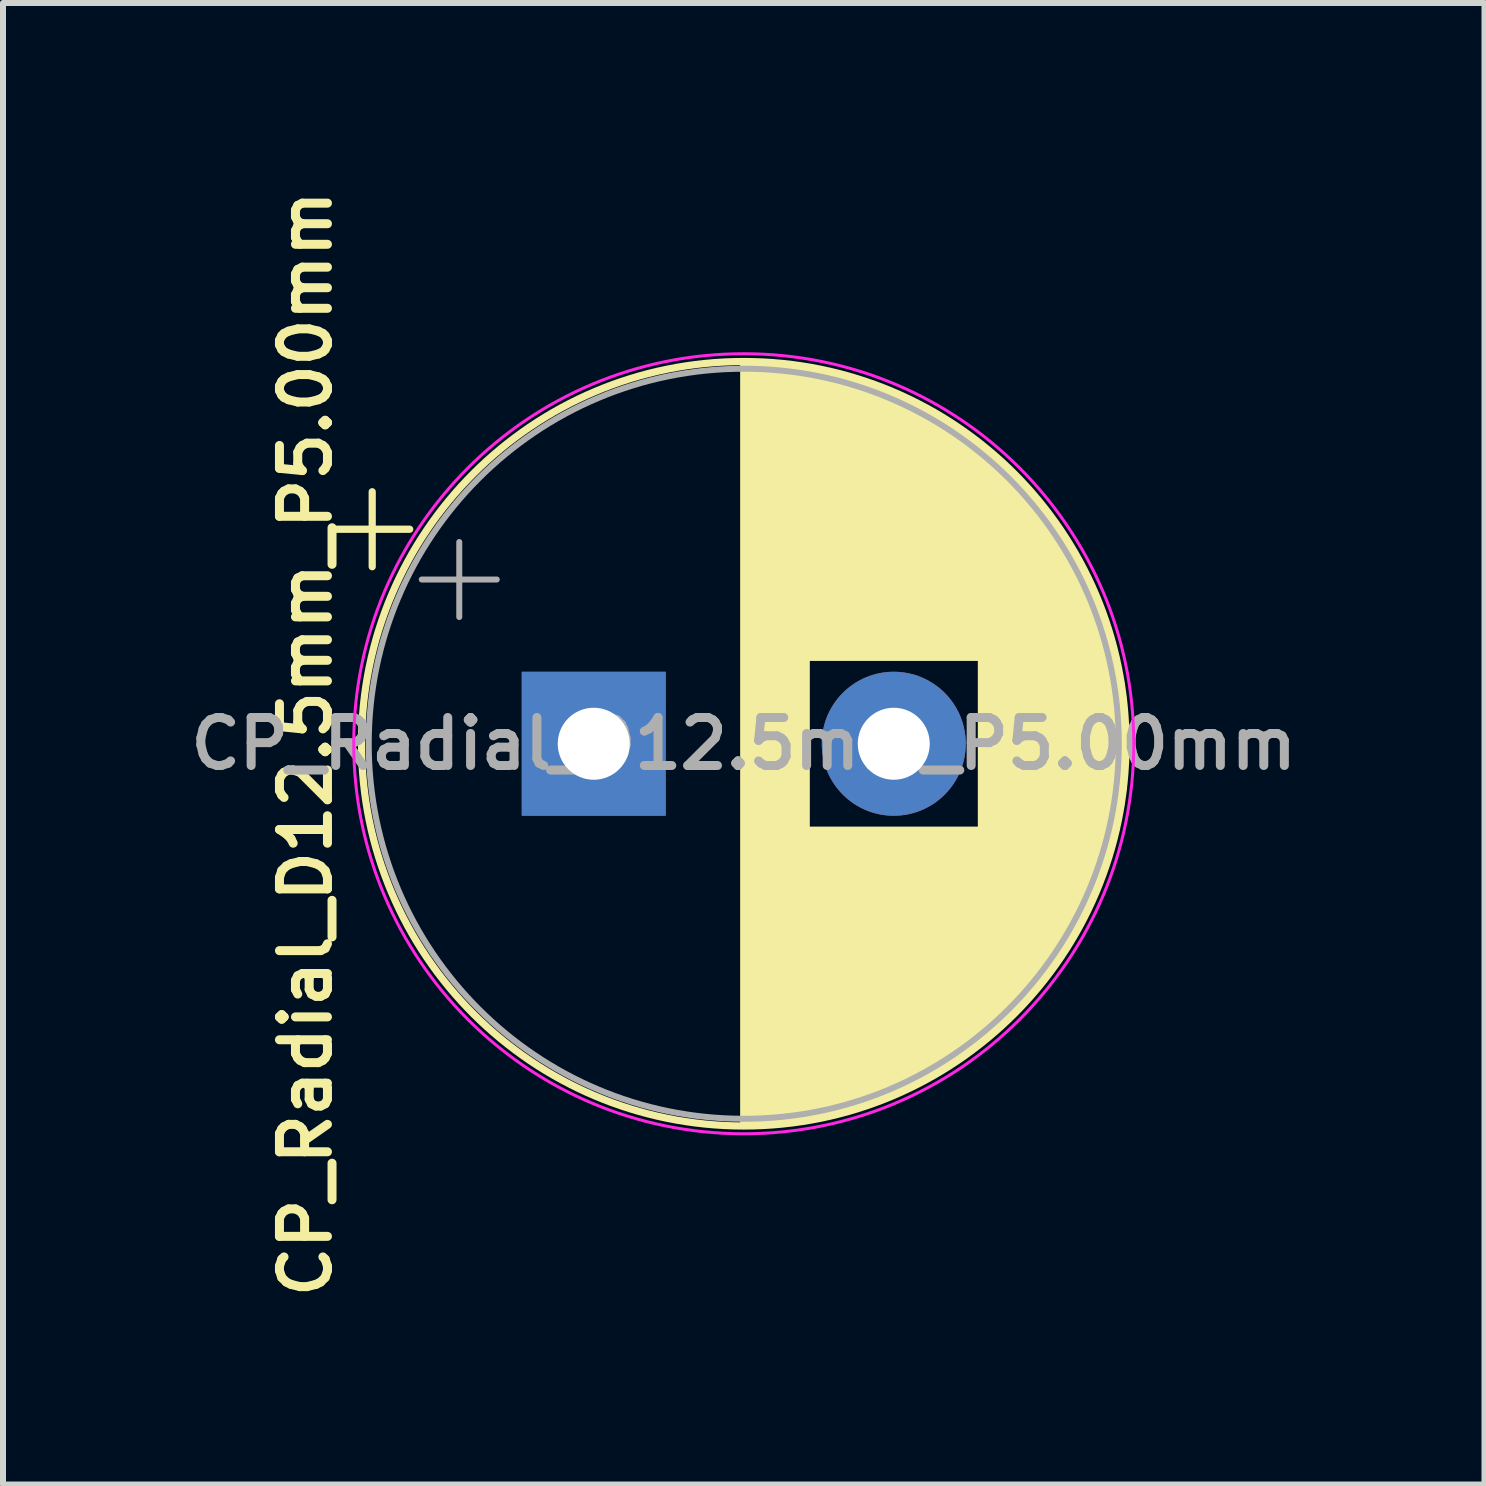
<source format=kicad_pcb>
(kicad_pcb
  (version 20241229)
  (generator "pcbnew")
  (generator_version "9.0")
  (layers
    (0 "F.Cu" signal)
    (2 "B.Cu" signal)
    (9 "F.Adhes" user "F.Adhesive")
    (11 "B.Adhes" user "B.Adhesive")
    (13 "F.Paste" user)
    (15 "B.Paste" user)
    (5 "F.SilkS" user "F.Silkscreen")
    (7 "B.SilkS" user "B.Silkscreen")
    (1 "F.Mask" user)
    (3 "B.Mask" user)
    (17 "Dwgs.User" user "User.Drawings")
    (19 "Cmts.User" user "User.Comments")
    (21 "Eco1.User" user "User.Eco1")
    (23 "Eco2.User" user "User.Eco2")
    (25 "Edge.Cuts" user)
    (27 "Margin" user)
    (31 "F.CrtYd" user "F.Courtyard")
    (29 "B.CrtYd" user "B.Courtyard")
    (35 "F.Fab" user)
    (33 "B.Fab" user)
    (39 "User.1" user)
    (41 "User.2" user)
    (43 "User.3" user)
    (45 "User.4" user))
  (footprint "CP_Radial_D12.5mm_P5.00mm"
    (layer "F.Cu")
    (at 6.845 9.345)
    (property "Reference" "CP_Radial_D12.5mm_P5.00mm" (at -4.8 0 90) (layer "F.SilkS") (effects (font (size 0.8 0.8) (thickness 0.15))))
    (attr through_hole)
    (fp_line (start -4.317 -3.575) (end -3.067 -3.575) (stroke (width 0.12) (type solid)) (layer "F.SilkS"))
    (fp_line (start -3.692 -4.2) (end -3.692 -2.95) (stroke (width 0.12) (type solid)) (layer "F.SilkS"))
    (fp_line (start 2.5 -6.33) (end 2.5 6.33) (stroke (width 0.12) (type solid)) (layer "F.SilkS"))
    (fp_line (start 2.54 -6.33) (end 2.54 6.33) (stroke (width 0.12) (type solid)) (layer "F.SilkS"))
    (fp_line (start 2.58 -6.33) (end 2.58 6.33) (stroke (width 0.12) (type solid)) (layer "F.SilkS"))
    (fp_line (start 2.62 -6.329) (end 2.62 6.329) (stroke (width 0.12) (type solid)) (layer "F.SilkS"))
    (fp_line (start 2.66 -6.328) (end 2.66 6.328) (stroke (width 0.12) (type solid)) (layer "F.SilkS"))
    (fp_line (start 2.7 -6.327) (end 2.7 6.327) (stroke (width 0.12) (type solid)) (layer "F.SilkS"))
    (fp_line (start 2.74 -6.326) (end 2.74 6.326) (stroke (width 0.12) (type solid)) (layer "F.SilkS"))
    (fp_line (start 2.78 -6.324) (end 2.78 6.324) (stroke (width 0.12) (type solid)) (layer "F.SilkS"))
    (fp_line (start 2.82 -6.322) (end 2.82 6.322) (stroke (width 0.12) (type solid)) (layer "F.SilkS"))
    (fp_line (start 2.86 -6.32) (end 2.86 6.32) (stroke (width 0.12) (type solid)) (layer "F.SilkS"))
    (fp_line (start 2.9 -6.318) (end 2.9 6.318) (stroke (width 0.12) (type solid)) (layer "F.SilkS"))
    (fp_line (start 2.94 -6.315) (end 2.94 6.315) (stroke (width 0.12) (type solid)) (layer "F.SilkS"))
    (fp_line (start 2.98 -6.312) (end 2.98 6.312) (stroke (width 0.12) (type solid)) (layer "F.SilkS"))
    (fp_line (start 3.02 -6.309) (end 3.02 6.309) (stroke (width 0.12) (type solid)) (layer "F.SilkS"))
    (fp_line (start 3.06 -6.306) (end 3.06 6.306) (stroke (width 0.12) (type solid)) (layer "F.SilkS"))
    (fp_line (start 3.1 -6.302) (end 3.1 6.302) (stroke (width 0.12) (type solid)) (layer "F.SilkS"))
    (fp_line (start 3.14 -6.298) (end 3.14 6.298) (stroke (width 0.12) (type solid)) (layer "F.SilkS"))
    (fp_line (start 3.18 -6.294) (end 3.18 6.294) (stroke (width 0.12) (type solid)) (layer "F.SilkS"))
    (fp_line (start 3.221 -6.29) (end 3.221 6.29) (stroke (width 0.12) (type solid)) (layer "F.SilkS"))
    (fp_line (start 3.261 -6.285) (end 3.261 6.285) (stroke (width 0.12) (type solid)) (layer "F.SilkS"))
    (fp_line (start 3.301 -6.28) (end 3.301 6.28) (stroke (width 0.12) (type solid)) (layer "F.SilkS"))
    (fp_line (start 3.341 -6.275) (end 3.341 6.275) (stroke (width 0.12) (type solid)) (layer "F.SilkS"))
    (fp_line (start 3.381 -6.269) (end 3.381 6.269) (stroke (width 0.12) (type solid)) (layer "F.SilkS"))
    (fp_line (start 3.421 -6.264) (end 3.421 6.264) (stroke (width 0.12) (type solid)) (layer "F.SilkS"))
    (fp_line (start 3.461 -6.258) (end 3.461 6.258) (stroke (width 0.12) (type solid)) (layer "F.SilkS"))
    (fp_line (start 3.501 -6.252) (end 3.501 6.252) (stroke (width 0.12) (type solid)) (layer "F.SilkS"))
    (fp_line (start 3.541 -6.245) (end 3.541 6.245) (stroke (width 0.12) (type solid)) (layer "F.SilkS"))
    (fp_line (start 3.581 -6.238) (end 3.581 -1.44) (stroke (width 0.12) (type solid)) (layer "F.SilkS"))
    (fp_line (start 3.581 1.44) (end 3.581 6.238) (stroke (width 0.12) (type solid)) (layer "F.SilkS"))
    (fp_line (start 3.621 -6.231) (end 3.621 -1.44) (stroke (width 0.12) (type solid)) (layer "F.SilkS"))
    (fp_line (start 3.621 1.44) (end 3.621 6.231) (stroke (width 0.12) (type solid)) (layer "F.SilkS"))
    (fp_line (start 3.661 -6.224) (end 3.661 -1.44) (stroke (width 0.12) (type solid)) (layer "F.SilkS"))
    (fp_line (start 3.661 1.44) (end 3.661 6.224) (stroke (width 0.12) (type solid)) (layer "F.SilkS"))
    (fp_line (start 3.701 -6.216) (end 3.701 -1.44) (stroke (width 0.12) (type solid)) (layer "F.SilkS"))
    (fp_line (start 3.701 1.44) (end 3.701 6.216) (stroke (width 0.12) (type solid)) (layer "F.SilkS"))
    (fp_line (start 3.741 -6.209) (end 3.741 -1.44) (stroke (width 0.12) (type solid)) (layer "F.SilkS"))
    (fp_line (start 3.741 1.44) (end 3.741 6.209) (stroke (width 0.12) (type solid)) (layer "F.SilkS"))
    (fp_line (start 3.781 -6.201) (end 3.781 -1.44) (stroke (width 0.12) (type solid)) (layer "F.SilkS"))
    (fp_line (start 3.781 1.44) (end 3.781 6.201) (stroke (width 0.12) (type solid)) (layer "F.SilkS"))
    (fp_line (start 3.821 -6.192) (end 3.821 -1.44) (stroke (width 0.12) (type solid)) (layer "F.SilkS"))
    (fp_line (start 3.821 1.44) (end 3.821 6.192) (stroke (width 0.12) (type solid)) (layer "F.SilkS"))
    (fp_line (start 3.861 -6.184) (end 3.861 -1.44) (stroke (width 0.12) (type solid)) (layer "F.SilkS"))
    (fp_line (start 3.861 1.44) (end 3.861 6.184) (stroke (width 0.12) (type solid)) (layer "F.SilkS"))
    (fp_line (start 3.901 -6.175) (end 3.901 -1.44) (stroke (width 0.12) (type solid)) (layer "F.SilkS"))
    (fp_line (start 3.901 1.44) (end 3.901 6.175) (stroke (width 0.12) (type solid)) (layer "F.SilkS"))
    (fp_line (start 3.941 -6.166) (end 3.941 -1.44) (stroke (width 0.12) (type solid)) (layer "F.SilkS"))
    (fp_line (start 3.941 1.44) (end 3.941 6.166) (stroke (width 0.12) (type solid)) (layer "F.SilkS"))
    (fp_line (start 3.981 -6.156) (end 3.981 -1.44) (stroke (width 0.12) (type solid)) (layer "F.SilkS"))
    (fp_line (start 3.981 1.44) (end 3.981 6.156) (stroke (width 0.12) (type solid)) (layer "F.SilkS"))
    (fp_line (start 4.021 -6.146) (end 4.021 -1.44) (stroke (width 0.12) (type solid)) (layer "F.SilkS"))
    (fp_line (start 4.021 1.44) (end 4.021 6.146) (stroke (width 0.12) (type solid)) (layer "F.SilkS"))
    (fp_line (start 4.061 -6.137) (end 4.061 -1.44) (stroke (width 0.12) (type solid)) (layer "F.SilkS"))
    (fp_line (start 4.061 1.44) (end 4.061 6.137) (stroke (width 0.12) (type solid)) (layer "F.SilkS"))
    (fp_line (start 4.101 -6.126) (end 4.101 -1.44) (stroke (width 0.12) (type solid)) (layer "F.SilkS"))
    (fp_line (start 4.101 1.44) (end 4.101 6.126) (stroke (width 0.12) (type solid)) (layer "F.SilkS"))
    (fp_line (start 4.141 -6.116) (end 4.141 -1.44) (stroke (width 0.12) (type solid)) (layer "F.SilkS"))
    (fp_line (start 4.141 1.44) (end 4.141 6.116) (stroke (width 0.12) (type solid)) (layer "F.SilkS"))
    (fp_line (start 4.181 -6.105) (end 4.181 -1.44) (stroke (width 0.12) (type solid)) (layer "F.SilkS"))
    (fp_line (start 4.181 1.44) (end 4.181 6.105) (stroke (width 0.12) (type solid)) (layer "F.SilkS"))
    (fp_line (start 4.221 -6.094) (end 4.221 -1.44) (stroke (width 0.12) (type solid)) (layer "F.SilkS"))
    (fp_line (start 4.221 1.44) (end 4.221 6.094) (stroke (width 0.12) (type solid)) (layer "F.SilkS"))
    (fp_line (start 4.261 -6.083) (end 4.261 -1.44) (stroke (width 0.12) (type solid)) (layer "F.SilkS"))
    (fp_line (start 4.261 1.44) (end 4.261 6.083) (stroke (width 0.12) (type solid)) (layer "F.SilkS"))
    (fp_line (start 4.301 -6.071) (end 4.301 -1.44) (stroke (width 0.12) (type solid)) (layer "F.SilkS"))
    (fp_line (start 4.301 1.44) (end 4.301 6.071) (stroke (width 0.12) (type solid)) (layer "F.SilkS"))
    (fp_line (start 4.341 -6.059) (end 4.341 -1.44) (stroke (width 0.12) (type solid)) (layer "F.SilkS"))
    (fp_line (start 4.341 1.44) (end 4.341 6.059) (stroke (width 0.12) (type solid)) (layer "F.SilkS"))
    (fp_line (start 4.381 -6.047) (end 4.381 -1.44) (stroke (width 0.12) (type solid)) (layer "F.SilkS"))
    (fp_line (start 4.381 1.44) (end 4.381 6.047) (stroke (width 0.12) (type solid)) (layer "F.SilkS"))
    (fp_line (start 4.421 -6.034) (end 4.421 -1.44) (stroke (width 0.12) (type solid)) (layer "F.SilkS"))
    (fp_line (start 4.421 1.44) (end 4.421 6.034) (stroke (width 0.12) (type solid)) (layer "F.SilkS"))
    (fp_line (start 4.461 -6.021) (end 4.461 -1.44) (stroke (width 0.12) (type solid)) (layer "F.SilkS"))
    (fp_line (start 4.461 1.44) (end 4.461 6.021) (stroke (width 0.12) (type solid)) (layer "F.SilkS"))
    (fp_line (start 4.501 -6.008) (end 4.501 -1.44) (stroke (width 0.12) (type solid)) (layer "F.SilkS"))
    (fp_line (start 4.501 1.44) (end 4.501 6.008) (stroke (width 0.12) (type solid)) (layer "F.SilkS"))
    (fp_line (start 4.541 -5.995) (end 4.541 -1.44) (stroke (width 0.12) (type solid)) (layer "F.SilkS"))
    (fp_line (start 4.541 1.44) (end 4.541 5.995) (stroke (width 0.12) (type solid)) (layer "F.SilkS"))
    (fp_line (start 4.581 -5.981) (end 4.581 -1.44) (stroke (width 0.12) (type solid)) (layer "F.SilkS"))
    (fp_line (start 4.581 1.44) (end 4.581 5.981) (stroke (width 0.12) (type solid)) (layer "F.SilkS"))
    (fp_line (start 4.621 -5.967) (end 4.621 -1.44) (stroke (width 0.12) (type solid)) (layer "F.SilkS"))
    (fp_line (start 4.621 1.44) (end 4.621 5.967) (stroke (width 0.12) (type solid)) (layer "F.SilkS"))
    (fp_line (start 4.661 -5.953) (end 4.661 -1.44) (stroke (width 0.12) (type solid)) (layer "F.SilkS"))
    (fp_line (start 4.661 1.44) (end 4.661 5.953) (stroke (width 0.12) (type solid)) (layer "F.SilkS"))
    (fp_line (start 4.701 -5.939) (end 4.701 -1.44) (stroke (width 0.12) (type solid)) (layer "F.SilkS"))
    (fp_line (start 4.701 1.44) (end 4.701 5.939) (stroke (width 0.12) (type solid)) (layer "F.SilkS"))
    (fp_line (start 4.741 -5.924) (end 4.741 -1.44) (stroke (width 0.12) (type solid)) (layer "F.SilkS"))
    (fp_line (start 4.741 1.44) (end 4.741 5.924) (stroke (width 0.12) (type solid)) (layer "F.SilkS"))
    (fp_line (start 4.781 -5.908) (end 4.781 -1.44) (stroke (width 0.12) (type solid)) (layer "F.SilkS"))
    (fp_line (start 4.781 1.44) (end 4.781 5.908) (stroke (width 0.12) (type solid)) (layer "F.SilkS"))
    (fp_line (start 4.821 -5.893) (end 4.821 -1.44) (stroke (width 0.12) (type solid)) (layer "F.SilkS"))
    (fp_line (start 4.821 1.44) (end 4.821 5.893) (stroke (width 0.12) (type solid)) (layer "F.SilkS"))
    (fp_line (start 4.861 -5.877) (end 4.861 -1.44) (stroke (width 0.12) (type solid)) (layer "F.SilkS"))
    (fp_line (start 4.861 1.44) (end 4.861 5.877) (stroke (width 0.12) (type solid)) (layer "F.SilkS"))
    (fp_line (start 4.901 -5.861) (end 4.901 -1.44) (stroke (width 0.12) (type solid)) (layer "F.SilkS"))
    (fp_line (start 4.901 1.44) (end 4.901 5.861) (stroke (width 0.12) (type solid)) (layer "F.SilkS"))
    (fp_line (start 4.941 -5.845) (end 4.941 -1.44) (stroke (width 0.12) (type solid)) (layer "F.SilkS"))
    (fp_line (start 4.941 1.44) (end 4.941 5.845) (stroke (width 0.12) (type solid)) (layer "F.SilkS"))
    (fp_line (start 4.981 -5.828) (end 4.981 -1.44) (stroke (width 0.12) (type solid)) (layer "F.SilkS"))
    (fp_line (start 4.981 1.44) (end 4.981 5.828) (stroke (width 0.12) (type solid)) (layer "F.SilkS"))
    (fp_line (start 5.021 -5.811) (end 5.021 -1.44) (stroke (width 0.12) (type solid)) (layer "F.SilkS"))
    (fp_line (start 5.021 1.44) (end 5.021 5.811) (stroke (width 0.12) (type solid)) (layer "F.SilkS"))
    (fp_line (start 5.061 -5.793) (end 5.061 -1.44) (stroke (width 0.12) (type solid)) (layer "F.SilkS"))
    (fp_line (start 5.061 1.44) (end 5.061 5.793) (stroke (width 0.12) (type solid)) (layer "F.SilkS"))
    (fp_line (start 5.101 -5.776) (end 5.101 -1.44) (stroke (width 0.12) (type solid)) (layer "F.SilkS"))
    (fp_line (start 5.101 1.44) (end 5.101 5.776) (stroke (width 0.12) (type solid)) (layer "F.SilkS"))
    (fp_line (start 5.141 -5.758) (end 5.141 -1.44) (stroke (width 0.12) (type solid)) (layer "F.SilkS"))
    (fp_line (start 5.141 1.44) (end 5.141 5.758) (stroke (width 0.12) (type solid)) (layer "F.SilkS"))
    (fp_line (start 5.181 -5.739) (end 5.181 -1.44) (stroke (width 0.12) (type solid)) (layer "F.SilkS"))
    (fp_line (start 5.181 1.44) (end 5.181 5.739) (stroke (width 0.12) (type solid)) (layer "F.SilkS"))
    (fp_line (start 5.221 -5.721) (end 5.221 -1.44) (stroke (width 0.12) (type solid)) (layer "F.SilkS"))
    (fp_line (start 5.221 1.44) (end 5.221 5.721) (stroke (width 0.12) (type solid)) (layer "F.SilkS"))
    (fp_line (start 5.261 -5.702) (end 5.261 -1.44) (stroke (width 0.12) (type solid)) (layer "F.SilkS"))
    (fp_line (start 5.261 1.44) (end 5.261 5.702) (stroke (width 0.12) (type solid)) (layer "F.SilkS"))
    (fp_line (start 5.301 -5.682) (end 5.301 -1.44) (stroke (width 0.12) (type solid)) (layer "F.SilkS"))
    (fp_line (start 5.301 1.44) (end 5.301 5.682) (stroke (width 0.12) (type solid)) (layer "F.SilkS"))
    (fp_line (start 5.341 -5.662) (end 5.341 -1.44) (stroke (width 0.12) (type solid)) (layer "F.SilkS"))
    (fp_line (start 5.341 1.44) (end 5.341 5.662) (stroke (width 0.12) (type solid)) (layer "F.SilkS"))
    (fp_line (start 5.381 -5.642) (end 5.381 -1.44) (stroke (width 0.12) (type solid)) (layer "F.SilkS"))
    (fp_line (start 5.381 1.44) (end 5.381 5.642) (stroke (width 0.12) (type solid)) (layer "F.SilkS"))
    (fp_line (start 5.421 -5.622) (end 5.421 -1.44) (stroke (width 0.12) (type solid)) (layer "F.SilkS"))
    (fp_line (start 5.421 1.44) (end 5.421 5.622) (stroke (width 0.12) (type solid)) (layer "F.SilkS"))
    (fp_line (start 5.461 -5.601) (end 5.461 -1.44) (stroke (width 0.12) (type solid)) (layer "F.SilkS"))
    (fp_line (start 5.461 1.44) (end 5.461 5.601) (stroke (width 0.12) (type solid)) (layer "F.SilkS"))
    (fp_line (start 5.501 -5.58) (end 5.501 -1.44) (stroke (width 0.12) (type solid)) (layer "F.SilkS"))
    (fp_line (start 5.501 1.44) (end 5.501 5.58) (stroke (width 0.12) (type solid)) (layer "F.SilkS"))
    (fp_line (start 5.541 -5.558) (end 5.541 -1.44) (stroke (width 0.12) (type solid)) (layer "F.SilkS"))
    (fp_line (start 5.541 1.44) (end 5.541 5.558) (stroke (width 0.12) (type solid)) (layer "F.SilkS"))
    (fp_line (start 5.581 -5.536) (end 5.581 -1.44) (stroke (width 0.12) (type solid)) (layer "F.SilkS"))
    (fp_line (start 5.581 1.44) (end 5.581 5.536) (stroke (width 0.12) (type solid)) (layer "F.SilkS"))
    (fp_line (start 5.621 -5.514) (end 5.621 -1.44) (stroke (width 0.12) (type solid)) (layer "F.SilkS"))
    (fp_line (start 5.621 1.44) (end 5.621 5.514) (stroke (width 0.12) (type solid)) (layer "F.SilkS"))
    (fp_line (start 5.661 -5.491) (end 5.661 -1.44) (stroke (width 0.12) (type solid)) (layer "F.SilkS"))
    (fp_line (start 5.661 1.44) (end 5.661 5.491) (stroke (width 0.12) (type solid)) (layer "F.SilkS"))
    (fp_line (start 5.701 -5.468) (end 5.701 -1.44) (stroke (width 0.12) (type solid)) (layer "F.SilkS"))
    (fp_line (start 5.701 1.44) (end 5.701 5.468) (stroke (width 0.12) (type solid)) (layer "F.SilkS"))
    (fp_line (start 5.741 -5.445) (end 5.741 -1.44) (stroke (width 0.12) (type solid)) (layer "F.SilkS"))
    (fp_line (start 5.741 1.44) (end 5.741 5.445) (stroke (width 0.12) (type solid)) (layer "F.SilkS"))
    (fp_line (start 5.781 -5.421) (end 5.781 -1.44) (stroke (width 0.12) (type solid)) (layer "F.SilkS"))
    (fp_line (start 5.781 1.44) (end 5.781 5.421) (stroke (width 0.12) (type solid)) (layer "F.SilkS"))
    (fp_line (start 5.821 -5.397) (end 5.821 -1.44) (stroke (width 0.12) (type solid)) (layer "F.SilkS"))
    (fp_line (start 5.821 1.44) (end 5.821 5.397) (stroke (width 0.12) (type solid)) (layer "F.SilkS"))
    (fp_line (start 5.861 -5.372) (end 5.861 -1.44) (stroke (width 0.12) (type solid)) (layer "F.SilkS"))
    (fp_line (start 5.861 1.44) (end 5.861 5.372) (stroke (width 0.12) (type solid)) (layer "F.SilkS"))
    (fp_line (start 5.901 -5.347) (end 5.901 -1.44) (stroke (width 0.12) (type solid)) (layer "F.SilkS"))
    (fp_line (start 5.901 1.44) (end 5.901 5.347) (stroke (width 0.12) (type solid)) (layer "F.SilkS"))
    (fp_line (start 5.941 -5.322) (end 5.941 -1.44) (stroke (width 0.12) (type solid)) (layer "F.SilkS"))
    (fp_line (start 5.941 1.44) (end 5.941 5.322) (stroke (width 0.12) (type solid)) (layer "F.SilkS"))
    (fp_line (start 5.981 -5.296) (end 5.981 -1.44) (stroke (width 0.12) (type solid)) (layer "F.SilkS"))
    (fp_line (start 5.981 1.44) (end 5.981 5.296) (stroke (width 0.12) (type solid)) (layer "F.SilkS"))
    (fp_line (start 6.021 -5.27) (end 6.021 -1.44) (stroke (width 0.12) (type solid)) (layer "F.SilkS"))
    (fp_line (start 6.021 1.44) (end 6.021 5.27) (stroke (width 0.12) (type solid)) (layer "F.SilkS"))
    (fp_line (start 6.061 -5.243) (end 6.061 -1.44) (stroke (width 0.12) (type solid)) (layer "F.SilkS"))
    (fp_line (start 6.061 1.44) (end 6.061 5.243) (stroke (width 0.12) (type solid)) (layer "F.SilkS"))
    (fp_line (start 6.101 -5.216) (end 6.101 -1.44) (stroke (width 0.12) (type solid)) (layer "F.SilkS"))
    (fp_line (start 6.101 1.44) (end 6.101 5.216) (stroke (width 0.12) (type solid)) (layer "F.SilkS"))
    (fp_line (start 6.141 -5.188) (end 6.141 -1.44) (stroke (width 0.12) (type solid)) (layer "F.SilkS"))
    (fp_line (start 6.141 1.44) (end 6.141 5.188) (stroke (width 0.12) (type solid)) (layer "F.SilkS"))
    (fp_line (start 6.181 -5.16) (end 6.181 -1.44) (stroke (width 0.12) (type solid)) (layer "F.SilkS"))
    (fp_line (start 6.181 1.44) (end 6.181 5.16) (stroke (width 0.12) (type solid)) (layer "F.SilkS"))
    (fp_line (start 6.221 -5.131) (end 6.221 -1.44) (stroke (width 0.12) (type solid)) (layer "F.SilkS"))
    (fp_line (start 6.221 1.44) (end 6.221 5.131) (stroke (width 0.12) (type solid)) (layer "F.SilkS"))
    (fp_line (start 6.261 -5.102) (end 6.261 -1.44) (stroke (width 0.12) (type solid)) (layer "F.SilkS"))
    (fp_line (start 6.261 1.44) (end 6.261 5.102) (stroke (width 0.12) (type solid)) (layer "F.SilkS"))
    (fp_line (start 6.301 -5.073) (end 6.301 -1.44) (stroke (width 0.12) (type solid)) (layer "F.SilkS"))
    (fp_line (start 6.301 1.44) (end 6.301 5.073) (stroke (width 0.12) (type solid)) (layer "F.SilkS"))
    (fp_line (start 6.341 -5.043) (end 6.341 -1.44) (stroke (width 0.12) (type solid)) (layer "F.SilkS"))
    (fp_line (start 6.341 1.44) (end 6.341 5.043) (stroke (width 0.12) (type solid)) (layer "F.SilkS"))
    (fp_line (start 6.381 -5.012) (end 6.381 -1.44) (stroke (width 0.12) (type solid)) (layer "F.SilkS"))
    (fp_line (start 6.381 1.44) (end 6.381 5.012) (stroke (width 0.12) (type solid)) (layer "F.SilkS"))
    (fp_line (start 6.421 -4.982) (end 6.421 -1.44) (stroke (width 0.12) (type solid)) (layer "F.SilkS"))
    (fp_line (start 6.421 1.44) (end 6.421 4.982) (stroke (width 0.12) (type solid)) (layer "F.SilkS"))
    (fp_line (start 6.461 -4.95) (end 6.461 4.95) (stroke (width 0.12) (type solid)) (layer "F.SilkS"))
    (fp_line (start 6.501 -4.918) (end 6.501 4.918) (stroke (width 0.12) (type solid)) (layer "F.SilkS"))
    (fp_line (start 6.541 -4.885) (end 6.541 4.885) (stroke (width 0.12) (type solid)) (layer "F.SilkS"))
    (fp_line (start 6.581 -4.852) (end 6.581 4.852) (stroke (width 0.12) (type solid)) (layer "F.SilkS"))
    (fp_line (start 6.621 -4.819) (end 6.621 4.819) (stroke (width 0.12) (type solid)) (layer "F.SilkS"))
    (fp_line (start 6.661 -4.785) (end 6.661 4.785) (stroke (width 0.12) (type solid)) (layer "F.SilkS"))
    (fp_line (start 6.701 -4.75) (end 6.701 4.75) (stroke (width 0.12) (type solid)) (layer "F.SilkS"))
    (fp_line (start 6.741 -4.714) (end 6.741 4.714) (stroke (width 0.12) (type solid)) (layer "F.SilkS"))
    (fp_line (start 6.781 -4.678) (end 6.781 4.678) (stroke (width 0.12) (type solid)) (layer "F.SilkS"))
    (fp_line (start 6.821 -4.642) (end 6.821 4.642) (stroke (width 0.12) (type solid)) (layer "F.SilkS"))
    (fp_line (start 6.861 -4.605) (end 6.861 4.605) (stroke (width 0.12) (type solid)) (layer "F.SilkS"))
    (fp_line (start 6.901 -4.567) (end 6.901 4.567) (stroke (width 0.12) (type solid)) (layer "F.SilkS"))
    (fp_line (start 6.941 -4.528) (end 6.941 4.528) (stroke (width 0.12) (type solid)) (layer "F.SilkS"))
    (fp_line (start 6.981 -4.489) (end 6.981 4.489) (stroke (width 0.12) (type solid)) (layer "F.SilkS"))
    (fp_line (start 7.021 -4.449) (end 7.021 4.449) (stroke (width 0.12) (type solid)) (layer "F.SilkS"))
    (fp_line (start 7.061 -4.408) (end 7.061 4.408) (stroke (width 0.12) (type solid)) (layer "F.SilkS"))
    (fp_line (start 7.101 -4.367) (end 7.101 4.367) (stroke (width 0.12) (type solid)) (layer "F.SilkS"))
    (fp_line (start 7.141 -4.325) (end 7.141 4.325) (stroke (width 0.12) (type solid)) (layer "F.SilkS"))
    (fp_line (start 7.181 -4.282) (end 7.181 4.282) (stroke (width 0.12) (type solid)) (layer "F.SilkS"))
    (fp_line (start 7.221 -4.238) (end 7.221 4.238) (stroke (width 0.12) (type solid)) (layer "F.SilkS"))
    (fp_line (start 7.261 -4.194) (end 7.261 4.194) (stroke (width 0.12) (type solid)) (layer "F.SilkS"))
    (fp_line (start 7.301 -4.148) (end 7.301 4.148) (stroke (width 0.12) (type solid)) (layer "F.SilkS"))
    (fp_line (start 7.341 -4.102) (end 7.341 4.102) (stroke (width 0.12) (type solid)) (layer "F.SilkS"))
    (fp_line (start 7.381 -4.055) (end 7.381 4.055) (stroke (width 0.12) (type solid)) (layer "F.SilkS"))
    (fp_line (start 7.421 -4.007) (end 7.421 4.007) (stroke (width 0.12) (type solid)) (layer "F.SilkS"))
    (fp_line (start 7.461 -3.957) (end 7.461 3.957) (stroke (width 0.12) (type solid)) (layer "F.SilkS"))
    (fp_line (start 7.501 -3.907) (end 7.501 3.907) (stroke (width 0.12) (type solid)) (layer "F.SilkS"))
    (fp_line (start 7.541 -3.856) (end 7.541 3.856) (stroke (width 0.12) (type solid)) (layer "F.SilkS"))
    (fp_line (start 7.581 -3.804) (end 7.581 3.804) (stroke (width 0.12) (type solid)) (layer "F.SilkS"))
    (fp_line (start 7.621 -3.75) (end 7.621 3.75) (stroke (width 0.12) (type solid)) (layer "F.SilkS"))
    (fp_line (start 7.661 -3.696) (end 7.661 3.696) (stroke (width 0.12) (type solid)) (layer "F.SilkS"))
    (fp_line (start 7.701 -3.64) (end 7.701 3.64) (stroke (width 0.12) (type solid)) (layer "F.SilkS"))
    (fp_line (start 7.741 -3.583) (end 7.741 3.583) (stroke (width 0.12) (type solid)) (layer "F.SilkS"))
    (fp_line (start 7.781 -3.524) (end 7.781 3.524) (stroke (width 0.12) (type solid)) (layer "F.SilkS"))
    (fp_line (start 7.821 -3.464) (end 7.821 3.464) (stroke (width 0.12) (type solid)) (layer "F.SilkS"))
    (fp_line (start 7.861 -3.402) (end 7.861 3.402) (stroke (width 0.12) (type solid)) (layer "F.SilkS"))
    (fp_line (start 7.901 -3.339) (end 7.901 3.339) (stroke (width 0.12) (type solid)) (layer "F.SilkS"))
    (fp_line (start 7.941 -3.275) (end 7.941 3.275) (stroke (width 0.12) (type solid)) (layer "F.SilkS"))
    (fp_line (start 7.981 -3.208) (end 7.981 3.208) (stroke (width 0.12) (type solid)) (layer "F.SilkS"))
    (fp_line (start 8.021 -3.14) (end 8.021 3.14) (stroke (width 0.12) (type solid)) (layer "F.SilkS"))
    (fp_line (start 8.061 -3.069) (end 8.061 3.069) (stroke (width 0.12) (type solid)) (layer "F.SilkS"))
    (fp_line (start 8.101 -2.996) (end 8.101 2.996) (stroke (width 0.12) (type solid)) (layer "F.SilkS"))
    (fp_line (start 8.141 -2.921) (end 8.141 2.921) (stroke (width 0.12) (type solid)) (layer "F.SilkS"))
    (fp_line (start 8.181 -2.844) (end 8.181 2.844) (stroke (width 0.12) (type solid)) (layer "F.SilkS"))
    (fp_line (start 8.221 -2.764) (end 8.221 2.764) (stroke (width 0.12) (type solid)) (layer "F.SilkS"))
    (fp_line (start 8.261 -2.681) (end 8.261 2.681) (stroke (width 0.12) (type solid)) (layer "F.SilkS"))
    (fp_line (start 8.301 -2.594) (end 8.301 2.594) (stroke (width 0.12) (type solid)) (layer "F.SilkS"))
    (fp_line (start 8.341 -2.504) (end 8.341 2.504) (stroke (width 0.12) (type solid)) (layer "F.SilkS"))
    (fp_line (start 8.381 -2.41) (end 8.381 2.41) (stroke (width 0.12) (type solid)) (layer "F.SilkS"))
    (fp_line (start 8.421 -2.312) (end 8.421 2.312) (stroke (width 0.12) (type solid)) (layer "F.SilkS"))
    (fp_line (start 8.461 -2.209) (end 8.461 2.209) (stroke (width 0.12) (type solid)) (layer "F.SilkS"))
    (fp_line (start 8.501 -2.1) (end 8.501 2.1) (stroke (width 0.12) (type solid)) (layer "F.SilkS"))
    (fp_line (start 8.541 -1.984) (end 8.541 1.984) (stroke (width 0.12) (type solid)) (layer "F.SilkS"))
    (fp_line (start 8.581 -1.861) (end 8.581 1.861) (stroke (width 0.12) (type solid)) (layer "F.SilkS"))
    (fp_line (start 8.621 -1.728) (end 8.621 1.728) (stroke (width 0.12) (type solid)) (layer "F.SilkS"))
    (fp_line (start 8.661 -1.583) (end 8.661 1.583) (stroke (width 0.12) (type solid)) (layer "F.SilkS"))
    (fp_line (start 8.701 -1.422) (end 8.701 1.422) (stroke (width 0.12) (type solid)) (layer "F.SilkS"))
    (fp_line (start 8.741 -1.241) (end 8.741 1.241) (stroke (width 0.12) (type solid)) (layer "F.SilkS"))
    (fp_line (start 8.781 -1.028) (end 8.781 1.028) (stroke (width 0.12) (type solid)) (layer "F.SilkS"))
    (fp_line (start 8.821 -0.757) (end 8.821 0.757) (stroke (width 0.12) (type solid)) (layer "F.SilkS"))
    (fp_line (start 8.861 -0.317) (end 8.861 0.317) (stroke (width 0.12) (type solid)) (layer "F.SilkS"))
    (fp_circle (center 2.5 0) (end 8.87 0) (stroke (width 0.12) (type solid)) (fill no) (layer "F.SilkS"))
    (fp_circle (center 2.5 0) (end 9 0) (stroke (width 0.05) (type solid)) (fill no) (layer "F.CrtYd"))
    (fp_line (start -2.866 -2.737) (end -1.616 -2.737) (stroke (width 0.1) (type solid)) (layer "F.Fab"))
    (fp_line (start -2.241 -3.362) (end -2.241 -2.112) (stroke (width 0.1) (type solid)) (layer "F.Fab"))
    (fp_circle (center 2.5 0) (end 8.75 0) (stroke (width 0.1) (type solid)) (fill no) (layer "F.Fab"))
    (fp_text user "${REFERENCE}" (at 2.5 0 0) (layer "F.Fab") (effects (font (size 0.8 0.8) (thickness 0.15))))
    (pad "1" thru_hole rect (at 0 0) (size 2.4 2.4) (drill 1.2) (layers "*.Cu" "*.Mask"))
    (pad "2" thru_hole circle (at 5 0) (size 2.4 2.4) (drill 1.2) (layers "*.Cu" "*.Mask")))
  (gr_rect
    (start -3 -3)
    (end 21.69 21.69)
    (stroke (width 0.1) (type default))
    (fill no)
    (layer "Edge.Cuts")))
</source>
